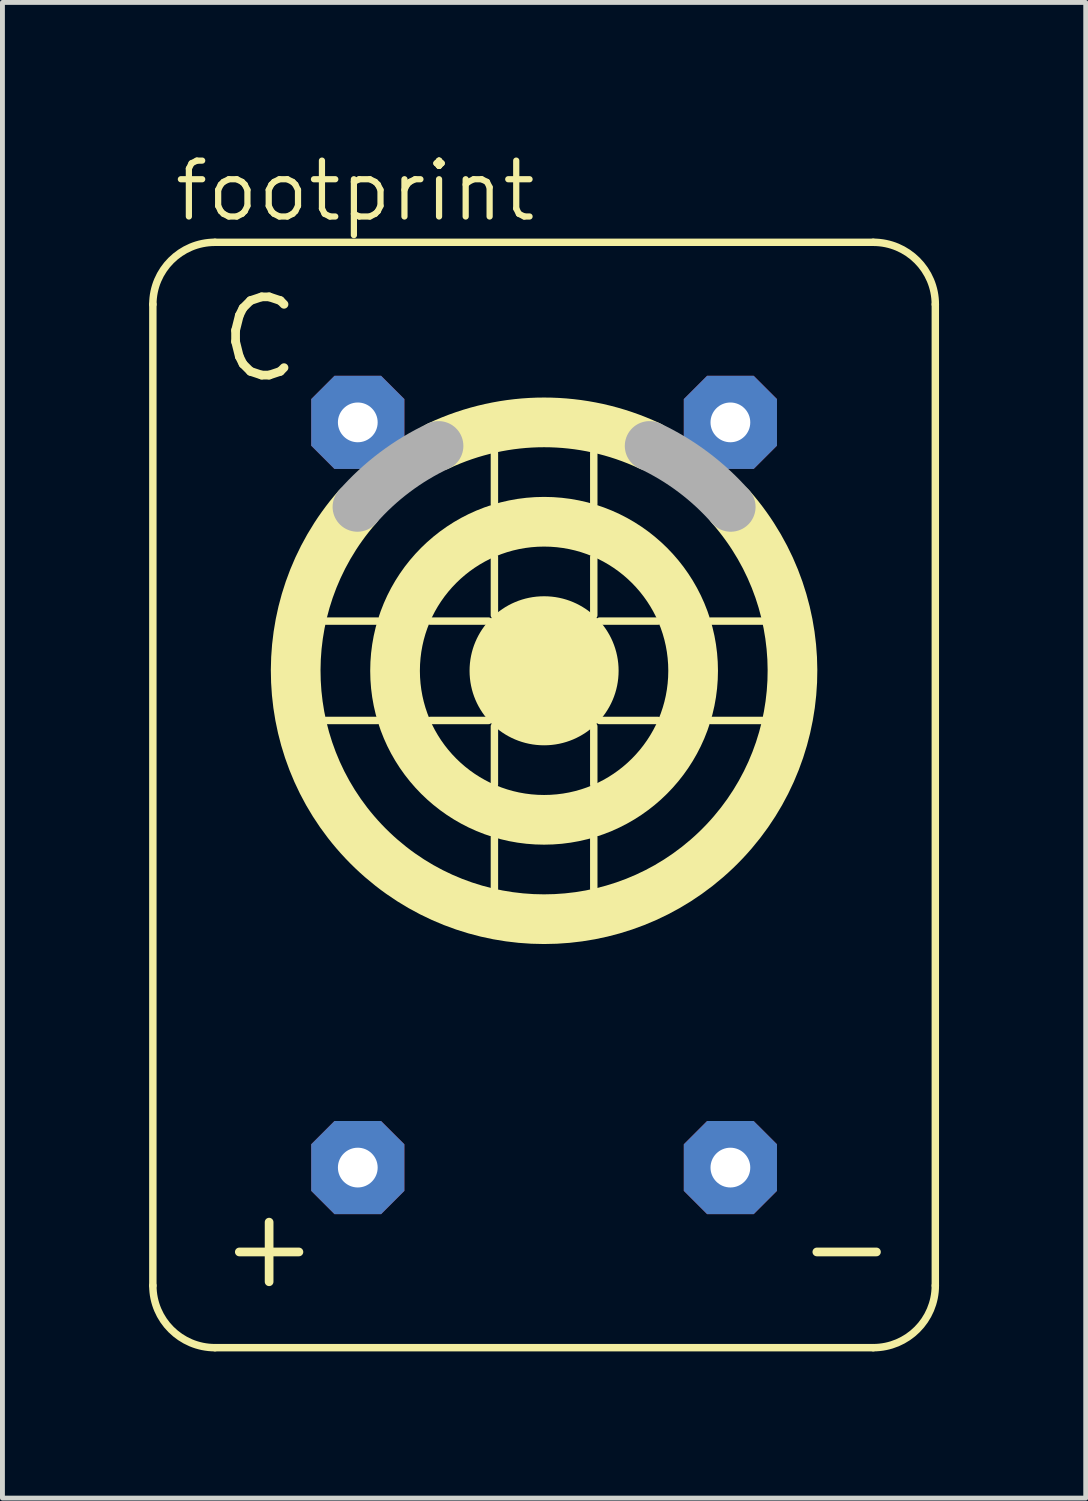
<source format=kicad_pcb>
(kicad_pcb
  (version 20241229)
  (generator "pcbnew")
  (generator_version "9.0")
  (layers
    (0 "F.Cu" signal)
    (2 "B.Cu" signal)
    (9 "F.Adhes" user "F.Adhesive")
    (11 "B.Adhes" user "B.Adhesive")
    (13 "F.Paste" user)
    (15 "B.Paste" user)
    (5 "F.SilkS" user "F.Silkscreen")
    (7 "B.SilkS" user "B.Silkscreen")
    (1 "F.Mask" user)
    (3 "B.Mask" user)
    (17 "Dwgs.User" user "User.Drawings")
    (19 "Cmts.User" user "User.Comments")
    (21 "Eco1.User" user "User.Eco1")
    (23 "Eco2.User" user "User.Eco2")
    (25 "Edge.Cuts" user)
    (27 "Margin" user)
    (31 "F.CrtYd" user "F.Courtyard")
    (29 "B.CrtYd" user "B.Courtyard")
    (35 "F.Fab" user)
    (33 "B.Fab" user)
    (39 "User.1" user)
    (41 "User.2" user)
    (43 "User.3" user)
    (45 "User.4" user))
  (footprint "footprint"
    (layer "F.Cu")
    (at 8.077 13.208)
    (property "Reference" "footprint" (at -7.62 -11.684 0) (layer "F.SilkS") (effects (font (size 1.143 1.143) (thickness 0.127)) (justify left bottom)))
    (fp_line (start -8.001 -10.033) (end -8.001 10.033) (stroke (width 0.152) (type solid)) (layer "F.SilkS"))
    (fp_line (start -6.731 -11.303) (end 6.731 -11.303) (stroke (width 0.152) (type solid)) (layer "F.SilkS"))
    (fp_line (start -6.731 11.303) (end 6.731 11.303) (stroke (width 0.152) (type solid)) (layer "F.SilkS"))
    (fp_line (start -4.46 -3.556) (end -3.408 -3.556) (stroke (width 0.152) (type solid)) (layer "F.SilkS"))
    (fp_line (start -4.46 -1.524) (end -3.408 -1.524) (stroke (width 0.152) (type solid)) (layer "F.SilkS"))
    (fp_line (start -2.328 -3.556) (end -1.136 -3.556) (stroke (width 0.152) (type solid)) (layer "F.SilkS"))
    (fp_line (start -2.328 -1.524) (end -1.136 -1.524) (stroke (width 0.152) (type solid)) (layer "F.SilkS"))
    (fp_line (start -1.016 -7) (end -1.016 -5.948) (stroke (width 0.152) (type solid)) (layer "F.SilkS"))
    (fp_line (start -1.016 -4.868) (end -1.016 -3.676) (stroke (width 0.152) (type solid)) (layer "F.SilkS"))
    (fp_line (start -1.016 -1.404) (end -1.016 -0.212) (stroke (width 0.152) (type solid)) (layer "F.SilkS"))
    (fp_line (start -1.016 0.868) (end -1.016 1.92) (stroke (width 0.152) (type solid)) (layer "F.SilkS"))
    (fp_line (start 1.016 -7) (end 1.016 -5.948) (stroke (width 0.152) (type solid)) (layer "F.SilkS"))
    (fp_line (start 1.016 -4.868) (end 1.016 -3.676) (stroke (width 0.152) (type solid)) (layer "F.SilkS"))
    (fp_line (start 1.016 -1.404) (end 1.016 -0.212) (stroke (width 0.152) (type solid)) (layer "F.SilkS"))
    (fp_line (start 1.016 0.868) (end 1.016 1.92) (stroke (width 0.152) (type solid)) (layer "F.SilkS"))
    (fp_line (start 1.136 -3.556) (end 2.328 -3.556) (stroke (width 0.152) (type solid)) (layer "F.SilkS"))
    (fp_line (start 1.136 -1.524) (end 2.328 -1.524) (stroke (width 0.152) (type solid)) (layer "F.SilkS"))
    (fp_line (start 3.408 -3.556) (end 4.46 -3.556) (stroke (width 0.152) (type solid)) (layer "F.SilkS"))
    (fp_line (start 3.408 -1.524) (end 4.46 -1.524) (stroke (width 0.152) (type solid)) (layer "F.SilkS"))
    (fp_line (start 8.001 -10.033) (end 8.001 10.033) (stroke (width 0.152) (type solid)) (layer "F.SilkS"))
    (fp_arc (start -8.001 -10.033) (mid -7.629026 -10.931026) (end -6.731 -11.303) (stroke (width 0.1524) (type solid)) (layer "F.SilkS"))
    (fp_arc (start -6.731 11.303) (mid -7.629026 10.931026) (end -8.001 10.033) (stroke (width 0.1524) (type solid)) (layer "F.SilkS"))
    (fp_arc (start -2.1585 -7.1386) (mid 0 -7.619985) (end 2.1585 -7.1386) (stroke (width 1.016) (type solid)) (layer "F.SilkS"))
    (fp_arc (start 3.8173 -5.8918) (mid 0 2.539994) (end -3.8173 -5.8918) (stroke (width 1.016) (type solid)) (layer "F.SilkS"))
    (fp_arc (start 6.731 -11.303) (mid 7.629026 -10.931026) (end 8.001 -10.033) (stroke (width 0.1524) (type solid)) (layer "F.SilkS"))
    (fp_arc (start 8.001 10.033) (mid 7.629026 10.931026) (end 6.731 11.303) (stroke (width 0.1524) (type solid)) (layer "F.SilkS"))
    (fp_circle (center 0 -2.54) (end 0.762 -2.54) (stroke (width 1.524) (type solid)) (fill yes) (layer "F.SilkS"))
    (fp_circle (center 0 -2.54) (end 3.048 -2.54) (stroke (width 1.016) (type solid)) (fill no) (layer "F.SilkS"))
    (fp_arc (start -3.8173 -5.8918) (mid -3.052241 -6.600803) (end -2.1585 -7.1386) (stroke (width 1.016) (type solid)) (layer "F.Fab"))
    (fp_arc (start 2.1585 -7.1386) (mid 3.052241 -6.600803) (end 3.8173 -5.8918) (stroke (width 1.016) (type solid)) (layer "F.Fab"))
    (fp_text user "+" (at -6.731 10.16 0) (layer "F.SilkS") (effects (font (size 1.6 1.6) (thickness 0.178)) (justify left bottom)))
    (fp_text user "C" (at -6.731 -8.382 0) (layer "F.SilkS") (effects (font (size 1.6 1.6) (thickness 0.178)) (justify left bottom)))
    (fp_text user "-" (at 5.08 10.16 0) (layer "F.SilkS") (effects (font (size 1.6 1.6) (thickness 0.178)) (justify left bottom)))
    (pad "+" thru_hole roundrect (at -3.81 7.62) (size 1.905 1.905) (drill 0.813) (layers "*.Cu" "*.Mask") (roundrect_rratio 0.25) (chamfer_ratio 0.25) (chamfer top_left top_right bottom_left bottom_right))
    (pad "-" thru_hole roundrect (at 3.81 7.62) (size 1.905 1.905) (drill 0.813) (layers "*.Cu" "*.Mask") (roundrect_rratio 0.25) (chamfer_ratio 0.25) (chamfer top_left top_right bottom_left bottom_right))
    (pad "7" thru_hole roundrect (at 3.81 -7.62) (size 1.905 1.905) (drill 0.813) (layers "*.Cu" "*.Mask") (roundrect_rratio 0.25) (chamfer_ratio 0.25) (chamfer top_left top_right bottom_left bottom_right))
    (pad "C" thru_hole roundrect (at -3.81 -7.62) (size 1.905 1.905) (drill 0.813) (layers "*.Cu" "*.Mask") (roundrect_rratio 0.25) (chamfer_ratio 0.25) (chamfer top_left top_right bottom_left bottom_right)))
  (gr_rect
    (start -3 -3)
    (end 19.154 27.587)
    (stroke (width 0.1) (type default))
    (fill no)
    (layer "Edge.Cuts")))
</source>
